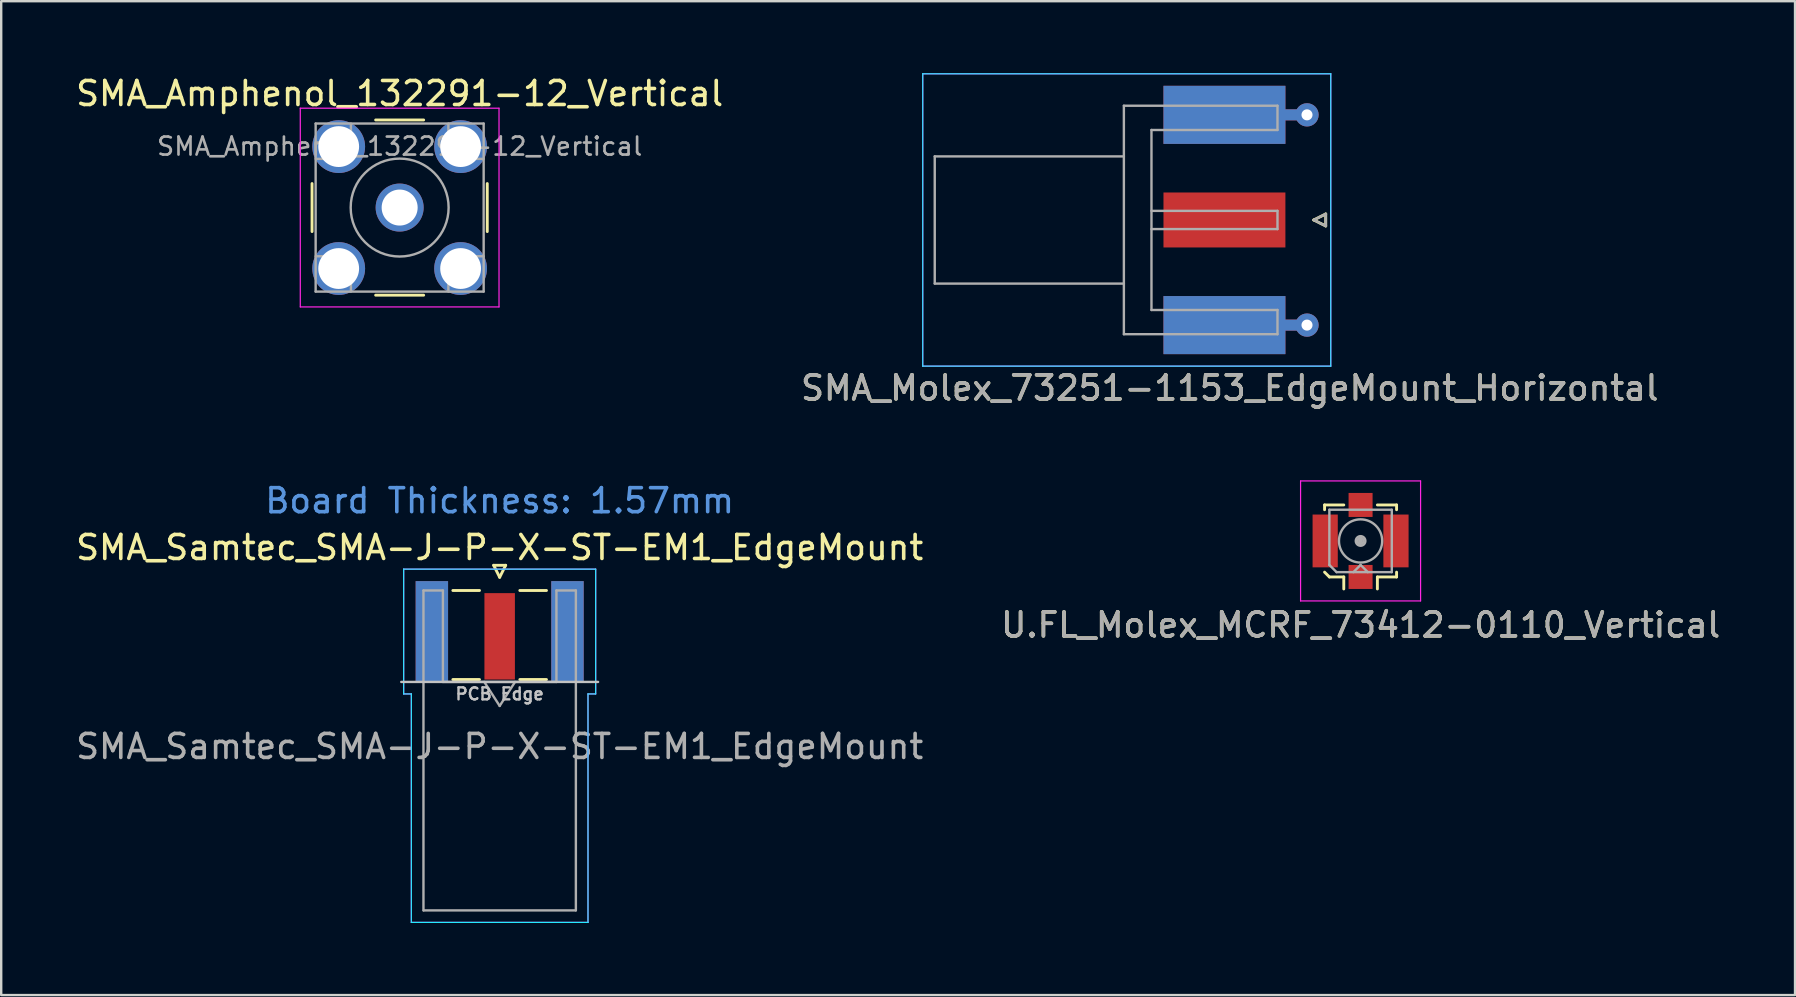
<source format=kicad_pcb>
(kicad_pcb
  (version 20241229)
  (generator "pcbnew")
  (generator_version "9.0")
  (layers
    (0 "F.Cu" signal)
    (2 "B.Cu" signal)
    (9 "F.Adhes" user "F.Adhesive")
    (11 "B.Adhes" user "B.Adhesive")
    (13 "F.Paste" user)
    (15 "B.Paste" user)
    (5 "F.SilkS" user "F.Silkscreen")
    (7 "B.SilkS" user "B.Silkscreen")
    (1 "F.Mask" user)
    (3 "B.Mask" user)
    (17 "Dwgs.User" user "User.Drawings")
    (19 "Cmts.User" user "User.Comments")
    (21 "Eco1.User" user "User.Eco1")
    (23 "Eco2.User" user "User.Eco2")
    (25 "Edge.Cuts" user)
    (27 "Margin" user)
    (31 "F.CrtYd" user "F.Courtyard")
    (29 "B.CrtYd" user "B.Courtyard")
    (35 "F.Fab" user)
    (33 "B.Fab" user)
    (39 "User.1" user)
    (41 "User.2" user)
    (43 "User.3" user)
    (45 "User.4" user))
  (footprint "SMA_Molex_73251-1153_EdgeMount_Horizontal"
    (layer "F.Cu")
    (at 49.685 6.115)
    (property "Reference" "SMA_Molex_73251-1153_EdgeMount_Horizontal" (at -1.5 7 0) (layer "F.SilkS") (effects (font (size 1 1) (thickness 0.15))))
    (attr smd)
    (fp_line (start 2 0) (end 2.5 -0.25) (stroke (width 0.12) (type solid)) (layer "F.SilkS"))
    (fp_line (start 2.5 -0.25) (end 2.5 0.25) (stroke (width 0.12) (type solid)) (layer "F.SilkS"))
    (fp_line (start 2.5 0.25) (end 2 0) (stroke (width 0.12) (type solid)) (layer "F.SilkS"))
    (fp_line (start -14.29 -6.09) (end -14.29 6.09) (stroke (width 0.05) (type solid)) (layer "B.CrtYd"))
    (fp_line (start -14.29 -6.09) (end 2.71 -6.09) (stroke (width 0.05) (type solid)) (layer "B.CrtYd"))
    (fp_line (start -14.29 6.09) (end 2.71 6.09) (stroke (width 0.05) (type solid)) (layer "B.CrtYd"))
    (fp_line (start 2.71 -6.09) (end 2.71 6.09) (stroke (width 0.05) (type solid)) (layer "B.CrtYd"))
    (fp_line (start -14.29 -6.09) (end -14.29 6.09) (stroke (width 0.05) (type solid)) (layer "F.CrtYd"))
    (fp_line (start -14.29 6.09) (end 2.71 6.09) (stroke (width 0.05) (type solid)) (layer "F.CrtYd"))
    (fp_line (start 2.71 -6.09) (end -14.29 -6.09) (stroke (width 0.05) (type solid)) (layer "F.CrtYd"))
    (fp_line (start 2.71 -6.09) (end 2.71 6.09) (stroke (width 0.05) (type solid)) (layer "F.CrtYd"))
    (fp_line (start -13.79 -2.65) (end -13.79 2.65) (stroke (width 0.1) (type solid)) (layer "F.Fab"))
    (fp_line (start -13.79 -2.65) (end -5.91 -2.65) (stroke (width 0.1) (type solid)) (layer "F.Fab"))
    (fp_line (start -13.79 2.65) (end -5.91 2.65) (stroke (width 0.1) (type solid)) (layer "F.Fab"))
    (fp_line (start -5.91 -4.76) (end -5.91 4.76) (stroke (width 0.1) (type solid)) (layer "F.Fab"))
    (fp_line (start -5.91 4.76) (end 0.49 4.76) (stroke (width 0.1) (type solid)) (layer "F.Fab"))
    (fp_line (start -4.76 -3.75) (end -4.76 3.75) (stroke (width 0.1) (type solid)) (layer "F.Fab"))
    (fp_line (start -4.76 -3.75) (end 0.49 -3.75) (stroke (width 0.1) (type solid)) (layer "F.Fab"))
    (fp_line (start -4.76 -0.38) (end 0.49 -0.38) (stroke (width 0.1) (type solid)) (layer "F.Fab"))
    (fp_line (start -4.76 0.38) (end 0.49 0.38) (stroke (width 0.1) (type solid)) (layer "F.Fab"))
    (fp_line (start -4.76 3.75) (end 0.49 3.75) (stroke (width 0.1) (type solid)) (layer "F.Fab"))
    (fp_line (start 0.49 -4.76) (end -5.91 -4.76) (stroke (width 0.1) (type solid)) (layer "F.Fab"))
    (fp_line (start 0.49 -4.76) (end 0.49 -3.75) (stroke (width 0.1) (type solid)) (layer "F.Fab"))
    (fp_line (start 0.49 -0.38) (end 0.49 0.38) (stroke (width 0.1) (type solid)) (layer "F.Fab"))
    (fp_line (start 0.49 3.75) (end 0.49 4.76) (stroke (width 0.1) (type solid)) (layer "F.Fab"))
    (fp_line (start 2 0) (end 2.5 0.25) (stroke (width 0.1) (type solid)) (layer "F.Fab"))
    (fp_line (start 2.5 -0.25) (end 2 0) (stroke (width 0.1) (type solid)) (layer "F.Fab"))
    (fp_line (start 2.5 0.25) (end 2.5 -0.25) (stroke (width 0.1) (type solid)) (layer "F.Fab"))
    (fp_text user "${REFERENCE}" (at -1.5 7 0) (layer "F.Fab") (effects (font (size 1 1) (thickness 0.15))))
    (pad "1" smd rect (at -1.72 0) (size 5.08 2.29) (layers "F.Cu" "F.Mask" "F.Paste"))
    (pad "2" smd rect (at -1.72 -4.38) (size 5.08 2.42) (layers "F.Cu" "F.Mask" "F.Paste"))
    (pad "2" smd rect (at -1.72 -4.38) (size 5.08 2.42) (layers "B.Cu" "B.Mask" "B.Paste"))
    (pad "2" smd rect (at -1.72 4.38) (size 5.08 2.42) (layers "F.Cu" "F.Mask" "F.Paste"))
    (pad "2" smd rect (at -1.72 4.38) (size 5.08 2.42) (layers "B.Cu" "B.Mask" "B.Paste"))
    (pad "2" smd rect (at 1.27 -4.38) (size 0.95 0.46) (layers "F.Cu"))
    (pad "2" smd rect (at 1.27 -4.38) (size 0.95 0.46) (layers "B.Cu"))
    (pad "2" smd rect (at 1.27 4.38) (size 0.95 0.46) (layers "F.Cu"))
    (pad "2" smd rect (at 1.27 4.38) (size 0.95 0.46) (layers "B.Cu"))
    (pad "2" thru_hole circle (at 1.72 -4.38) (size 0.97 0.97) (drill 0.46) (layers "*.Cu"))
    (pad "2" thru_hole circle (at 1.72 4.38) (size 0.97 0.97) (drill 0.46) (layers "*.Cu")))
  (footprint "U.FL_Molex_MCRF_73412-0110_Vertical"
    (layer "F.Cu")
    (at 53.637 19.488)
    (property "Reference" "U.FL_Molex_MCRF_73412-0110_Vertical" (at 0 3.5 0) (layer "F.SilkS") (effects (font (size 1 1) (thickness 0.15))))
    (attr smd)
    (fp_line (start -1.5 -1.5) (end -0.7 -1.5) (stroke (width 0.12) (type solid)) (layer "F.SilkS"))
    (fp_line (start -1.5 -1.3) (end -1.5 -1.5) (stroke (width 0.12) (type solid)) (layer "F.SilkS"))
    (fp_line (start -1.3 1.5) (end -1.5 1.3) (stroke (width 0.12) (type solid)) (layer "F.SilkS"))
    (fp_line (start -0.7 1.5) (end -1.3 1.5) (stroke (width 0.12) (type solid)) (layer "F.SilkS"))
    (fp_line (start -0.7 1.5) (end -0.7 2) (stroke (width 0.12) (type solid)) (layer "F.SilkS"))
    (fp_line (start 0.7 -1.5) (end 1.5 -1.5) (stroke (width 0.12) (type solid)) (layer "F.SilkS"))
    (fp_line (start 0.7 1.5) (end 0.7 2) (stroke (width 0.12) (type solid)) (layer "F.SilkS"))
    (fp_line (start 1.5 -1.5) (end 1.5 -1.3) (stroke (width 0.12) (type solid)) (layer "F.SilkS"))
    (fp_line (start 1.5 1.3) (end 1.5 1.5) (stroke (width 0.12) (type solid)) (layer "F.SilkS"))
    (fp_line (start 1.5 1.5) (end 0.7 1.5) (stroke (width 0.12) (type solid)) (layer "F.SilkS"))
    (fp_line (start -2.5 -2.5) (end -2.5 2.5) (stroke (width 0.05) (type solid)) (layer "F.CrtYd"))
    (fp_line (start -2.5 2.5) (end 2.5 2.5) (stroke (width 0.05) (type solid)) (layer "F.CrtYd"))
    (fp_line (start 2.5 -2.5) (end -2.5 -2.5) (stroke (width 0.05) (type solid)) (layer "F.CrtYd"))
    (fp_line (start 2.5 2.5) (end 2.5 -2.5) (stroke (width 0.05) (type solid)) (layer "F.CrtYd"))
    (fp_line (start -1.3 -1.3) (end -1.3 1) (stroke (width 0.1) (type solid)) (layer "F.Fab"))
    (fp_line (start -1.3 -1.3) (end 1.3 -1.3) (stroke (width 0.1) (type solid)) (layer "F.Fab"))
    (fp_line (start -1.3 1) (end -1 1.3) (stroke (width 0.1) (type solid)) (layer "F.Fab"))
    (fp_line (start -1 1.3) (end 1.3 1.3) (stroke (width 0.1) (type solid)) (layer "F.Fab"))
    (fp_line (start -0.3 1.3) (end 0 1) (stroke (width 0.1) (type solid)) (layer "F.Fab"))
    (fp_line (start 0 1) (end 0.3 1.3) (stroke (width 0.1) (type solid)) (layer "F.Fab"))
    (fp_line (start 1.3 -1.3) (end 1.3 1.3) (stroke (width 0.1) (type solid)) (layer "F.Fab"))
    (fp_circle (center 0 0) (end 0 0.05) (stroke (width 0.1) (type solid)) (fill no) (layer "F.Fab"))
    (fp_circle (center 0 0) (end 0 0.125) (stroke (width 0.1) (type solid)) (fill no) (layer "F.Fab"))
    (fp_circle (center 0 0) (end 0 0.2) (stroke (width 0.1) (type solid)) (fill no) (layer "F.Fab"))
    (fp_circle (center 0 0) (end 0.9 0) (stroke (width 0.1) (type solid)) (fill no) (layer "F.Fab"))
    (fp_text user "${REFERENCE}" (at 0 3.5 0) (layer "F.Fab") (effects (font (size 1 1) (thickness 0.15))))
    (pad "1" smd rect (at 0 1.5) (size 1 1) (layers "F.Cu" "F.Mask" "F.Paste"))
    (pad "2" smd rect (at -1.475 0) (size 1.05 2.2) (layers "F.Cu" "F.Mask" "F.Paste"))
    (pad "2" smd rect (at 0 -1.5) (size 1 1) (layers "F.Cu" "F.Mask" "F.Paste"))
    (pad "2" smd rect (at 1.475 0) (size 1.05 2.2) (layers "F.Cu" "F.Mask" "F.Paste")))
  (footprint "SMA_Amphenol_132291-12_Vertical"
    (layer "F.Cu")
    (at 13.601 5.598)
    (property "Reference" "SMA_Amphenol_132291-12_Vertical" (at 0 -4.75 0) (layer "F.SilkS") (effects (font (size 1 1) (thickness 0.15))))
    (attr through_hole)
    (fp_line (start -3.65 -1) (end -3.65 1) (stroke (width 0.12) (type solid)) (layer "F.SilkS"))
    (fp_line (start -1 -3.65) (end 1 -3.65) (stroke (width 0.12) (type solid)) (layer "F.SilkS"))
    (fp_line (start -1 3.65) (end 1 3.65) (stroke (width 0.12) (type solid)) (layer "F.SilkS"))
    (fp_line (start 3.65 -1) (end 3.65 1) (stroke (width 0.12) (type solid)) (layer "F.SilkS"))
    (fp_line (start -4.14 -4.14) (end -4.14 4.14) (stroke (width 0.05) (type solid)) (layer "F.CrtYd"))
    (fp_line (start -4.14 -4.14) (end 4.14 -4.14) (stroke (width 0.05) (type solid)) (layer "F.CrtYd"))
    (fp_line (start 4.14 4.14) (end -4.14 4.14) (stroke (width 0.05) (type solid)) (layer "F.CrtYd"))
    (fp_line (start 4.14 4.14) (end 4.14 -4.14) (stroke (width 0.05) (type solid)) (layer "F.CrtYd"))
    (fp_line (start -3.5 -3.5) (end -3.5 3.5) (stroke (width 0.1) (type solid)) (layer "F.Fab"))
    (fp_line (start -3.5 -3.5) (end 3.5 -3.5) (stroke (width 0.1) (type solid)) (layer "F.Fab"))
    (fp_line (start -3.5 2.03) (end -2.03 2.03) (stroke (width 0.1) (type solid)) (layer "F.Fab"))
    (fp_line (start -3.5 3.5) (end 3.5 3.5) (stroke (width 0.1) (type solid)) (layer "F.Fab"))
    (fp_line (start -3.05 -3.05) (end -3.05 -2.03) (stroke (width 0.1) (type solid)) (layer "F.Fab"))
    (fp_line (start -3.05 -3.05) (end -2.03 -3.05) (stroke (width 0.1) (type solid)) (layer "F.Fab"))
    (fp_line (start -3.05 3.05) (end -3.05 2.03) (stroke (width 0.1) (type solid)) (layer "F.Fab"))
    (fp_line (start -3.05 3.05) (end -2.03 3.05) (stroke (width 0.1) (type solid)) (layer "F.Fab"))
    (fp_line (start -2.03 -3.5) (end -2.03 -2.03) (stroke (width 0.1) (type solid)) (layer "F.Fab"))
    (fp_line (start -2.03 -2.03) (end -3.5 -2.03) (stroke (width 0.1) (type solid)) (layer "F.Fab"))
    (fp_line (start -2.03 2.03) (end -2.03 3.5) (stroke (width 0.1) (type solid)) (layer "F.Fab"))
    (fp_line (start 2.03 -3.5) (end 2.03 -2.03) (stroke (width 0.1) (type solid)) (layer "F.Fab"))
    (fp_line (start 2.03 -3.05) (end 3.05 -3.05) (stroke (width 0.1) (type solid)) (layer "F.Fab"))
    (fp_line (start 2.03 -2.03) (end 3.5 -2.03) (stroke (width 0.1) (type solid)) (layer "F.Fab"))
    (fp_line (start 2.03 2.03) (end 2.03 3.5) (stroke (width 0.1) (type solid)) (layer "F.Fab"))
    (fp_line (start 2.03 3.05) (end 3.05 3.05) (stroke (width 0.1) (type solid)) (layer "F.Fab"))
    (fp_line (start 3.05 -3.05) (end 3.05 -2.03) (stroke (width 0.1) (type solid)) (layer "F.Fab"))
    (fp_line (start 3.05 2.03) (end 3.05 3.05) (stroke (width 0.1) (type solid)) (layer "F.Fab"))
    (fp_line (start 3.5 -3.5) (end 3.5 3.5) (stroke (width 0.1) (type solid)) (layer "F.Fab"))
    (fp_line (start 3.5 2.03) (end 2.03 2.03) (stroke (width 0.1) (type solid)) (layer "F.Fab"))
    (fp_circle (center 0 0) (end 0.635 0) (stroke (width 0.1) (type solid)) (fill no) (layer "F.Fab"))
    (fp_circle (center 0 0) (end 2.04 0) (stroke (width 0.1) (type solid)) (fill no) (layer "F.Fab"))
    (fp_text user "${REFERENCE}" (at 0 -2.55 0) (layer "F.Fab") (effects (font (size 0.75 0.75) (thickness 0.11))))
    (pad "1" thru_hole circle (at 0 0) (size 2 2) (drill 1.5) (layers "*.Cu" "*.Mask"))
    (pad "2" thru_hole circle (at -2.54 -2.54) (size 2.2 2.2) (drill 1.7) (layers "*.Cu" "*.Mask"))
    (pad "2" thru_hole circle (at -2.54 2.54) (size 2.2 2.2) (drill 1.7) (layers "*.Cu" "*.Mask"))
    (pad "2" thru_hole circle (at 2.54 -2.54) (size 2.2 2.2) (drill 1.7) (layers "*.Cu" "*.Mask"))
    (pad "2" thru_hole circle (at 2.54 2.54) (size 2.2 2.2) (drill 1.7) (layers "*.Cu" "*.Mask")))
  (footprint "SMA_Samtec_SMA-J-P-X-ST-EM1_EdgeMount"
    (layer "F.Cu")
    (at 17.768 23.262)
    (property "Reference" "SMA_Samtec_SMA-J-P-X-ST-EM1_EdgeMount" (at 0 -3.5 0) (layer "F.SilkS") (effects (font (size 1 1) (thickness 0.15))))
    (attr smd)
    (fp_line (start -1.95 -1.71) (end -0.84 -1.71) (stroke (width 0.12) (type solid)) (layer "F.SilkS"))
    (fp_line (start -1.95 2) (end -0.84 2) (stroke (width 0.12) (type solid)) (layer "F.SilkS"))
    (fp_line (start -0.25 -2.76) (end 0 -2.26) (stroke (width 0.12) (type solid)) (layer "F.SilkS"))
    (fp_line (start 0 -2.26) (end 0.25 -2.76) (stroke (width 0.12) (type solid)) (layer "F.SilkS"))
    (fp_line (start 0.25 -2.76) (end -0.25 -2.76) (stroke (width 0.12) (type solid)) (layer "F.SilkS"))
    (fp_line (start 0.84 -1.71) (end 1.95 -1.71) (stroke (width 0.12) (type solid)) (layer "F.SilkS"))
    (fp_line (start 0.84 2) (end 1.95 2) (stroke (width 0.12) (type solid)) (layer "F.SilkS"))
    (fp_line (start 4.1 2.1) (end -4.1 2.1) (stroke (width 0.1) (type solid)) (layer "Dwgs.User"))
    (fp_line (start -4 -2.6) (end 4 -2.6) (stroke (width 0.05) (type solid)) (layer "B.CrtYd"))
    (fp_line (start -4 2.6) (end -4 -2.6) (stroke (width 0.05) (type solid)) (layer "B.CrtYd"))
    (fp_line (start -3.68 2.6) (end -4 2.6) (stroke (width 0.05) (type solid)) (layer "B.CrtYd"))
    (fp_line (start -3.68 12.12) (end -3.68 2.6) (stroke (width 0.05) (type solid)) (layer "B.CrtYd"))
    (fp_line (start 3.68 2.6) (end 3.68 12.12) (stroke (width 0.05) (type solid)) (layer "B.CrtYd"))
    (fp_line (start 3.68 12.12) (end -3.68 12.12) (stroke (width 0.05) (type solid)) (layer "B.CrtYd"))
    (fp_line (start 4 2.6) (end 3.68 2.6) (stroke (width 0.05) (type solid)) (layer "B.CrtYd"))
    (fp_line (start 4 2.6) (end 4 -2.6) (stroke (width 0.05) (type solid)) (layer "B.CrtYd"))
    (fp_line (start -4 -2.6) (end 4 -2.6) (stroke (width 0.05) (type solid)) (layer "F.CrtYd"))
    (fp_line (start -4 2.6) (end -4 -2.6) (stroke (width 0.05) (type solid)) (layer "F.CrtYd"))
    (fp_line (start -3.68 2.6) (end -4 2.6) (stroke (width 0.05) (type solid)) (layer "F.CrtYd"))
    (fp_line (start -3.68 12.12) (end -3.68 2.6) (stroke (width 0.05) (type solid)) (layer "F.CrtYd"))
    (fp_line (start 3.68 2.6) (end 3.68 12.12) (stroke (width 0.05) (type solid)) (layer "F.CrtYd"))
    (fp_line (start 3.68 2.6) (end 4 2.6) (stroke (width 0.05) (type solid)) (layer "F.CrtYd"))
    (fp_line (start 3.68 12.12) (end -3.68 12.12) (stroke (width 0.05) (type solid)) (layer "F.CrtYd"))
    (fp_line (start 4 2.6) (end 4 -2.6) (stroke (width 0.05) (type solid)) (layer "F.CrtYd"))
    (fp_line (start -3.175 -1.71) (end -3.175 11.62) (stroke (width 0.1) (type solid)) (layer "F.Fab"))
    (fp_line (start -2.365 -1.71) (end -3.175 -1.71) (stroke (width 0.1) (type solid)) (layer "F.Fab"))
    (fp_line (start -2.365 2.1) (end -2.365 -1.71) (stroke (width 0.1) (type solid)) (layer "F.Fab"))
    (fp_line (start 0 3.1) (end -0.64 2.1) (stroke (width 0.1) (type solid)) (layer "F.Fab"))
    (fp_line (start 0.64 2.1) (end 0 3.1) (stroke (width 0.1) (type solid)) (layer "F.Fab"))
    (fp_line (start 2.365 -1.71) (end 2.365 2.1) (stroke (width 0.1) (type solid)) (layer "F.Fab"))
    (fp_line (start 2.365 2.1) (end -2.365 2.1) (stroke (width 0.1) (type solid)) (layer "F.Fab"))
    (fp_line (start 3.165 11.62) (end -3.165 11.62) (stroke (width 0.1) (type solid)) (layer "F.Fab"))
    (fp_line (start 3.175 -1.71) (end 2.365 -1.71) (stroke (width 0.1) (type solid)) (layer "F.Fab"))
    (fp_line (start 3.175 -1.71) (end 3.175 11.62) (stroke (width 0.1) (type solid)) (layer "F.Fab"))
    (fp_text user "PCB Edge" (at 0 2.6 0) (layer "Dwgs.User") (effects (font (size 0.5 0.5) (thickness 0.1))))
    (fp_text user "Board Thickness: 1.57mm" (at 0 -5.45 0) (layer "Cmts.User") (effects (font (size 1 1) (thickness 0.15))))
    (fp_text user "${REFERENCE}" (at 0 4.79 180) (layer "F.Fab") (effects (font (size 1 1) (thickness 0.15))))
    (pad "1" smd rect (at 0 0.2) (size 1.27 3.6) (layers "F.Cu" "F.Mask" "F.Paste"))
    (pad "2" smd rect (at -2.825 0) (size 1.35 4.2) (layers "F.Cu" "F.Mask" "F.Paste"))
    (pad "2" smd rect (at -2.825 0) (size 1.35 4.2) (layers "B.Cu" "B.Mask" "B.Paste"))
    (pad "2" smd rect (at 2.825 0) (size 1.35 4.2) (layers "F.Cu" "F.Mask" "F.Paste"))
    (pad "2" smd rect (at 2.825 0) (size 1.35 4.2) (layers "B.Cu" "B.Mask" "B.Paste")))
  (gr_rect
    (start -3 -3)
    (end 71.738 38.407)
    (stroke (width 0.1) (type default))
    (fill no)
    (layer "Edge.Cuts")))
</source>
